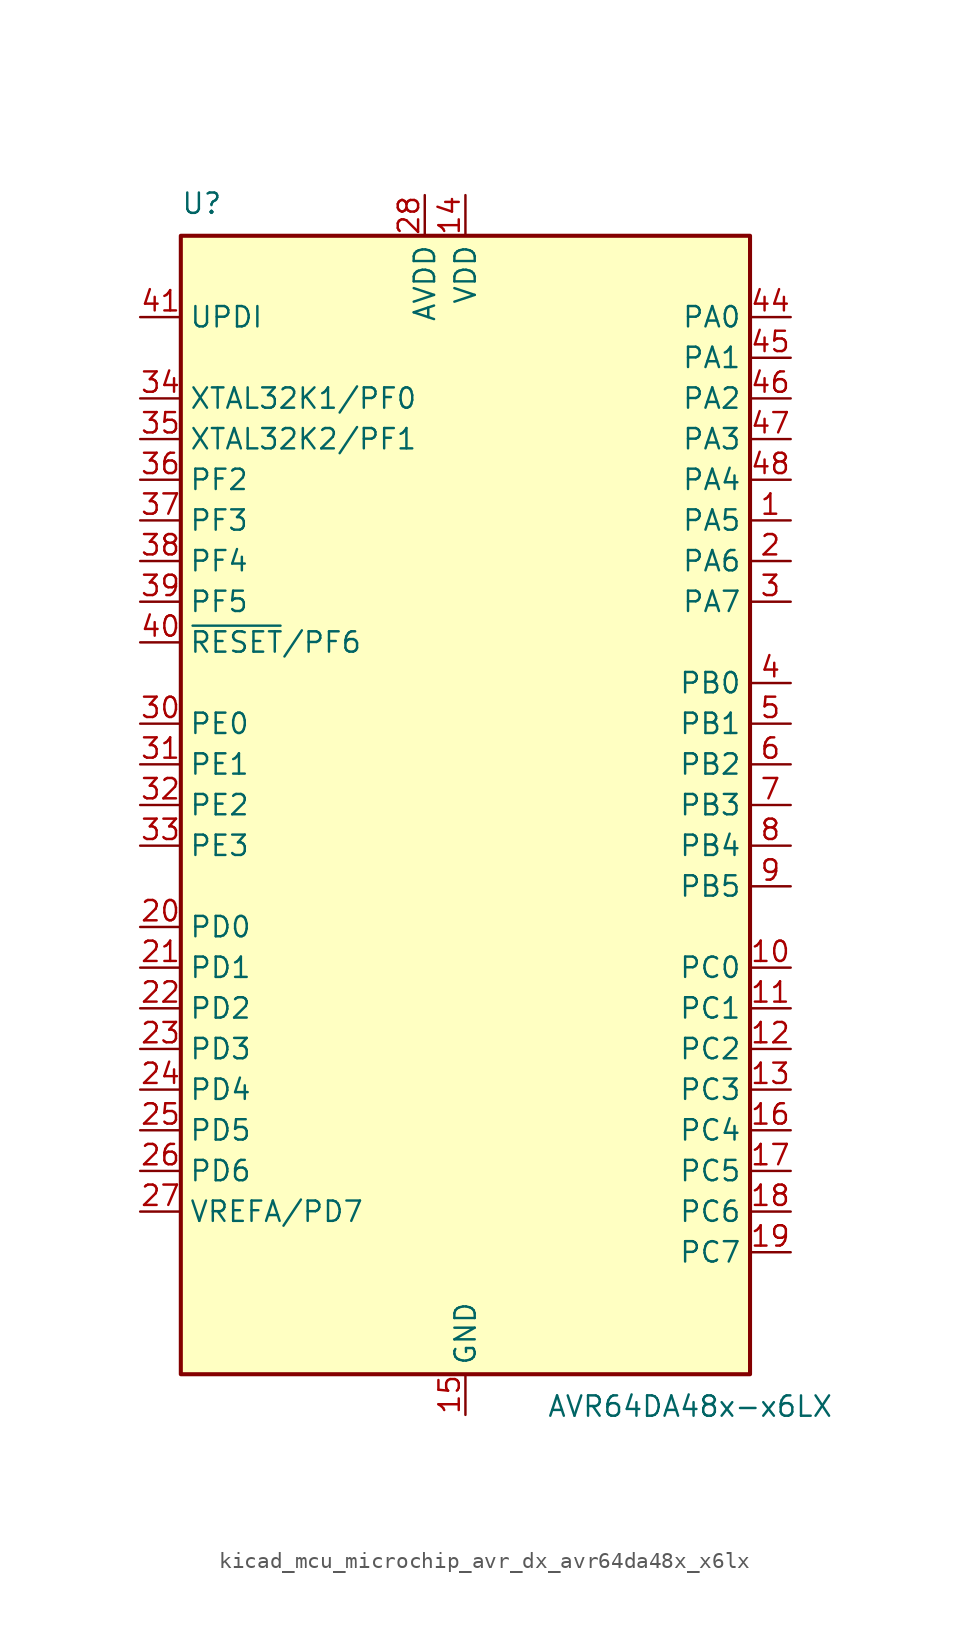
<source format=kicad_sym>
(kicad_symbol_lib
  (version 20220914)
  (generator kicad_symbol_editor)
  (symbol "kicad_mcu_microchip_avr_dx_avr64da48x_x6lx"
    (property "Reference" "U"
      (at -17.78 36.83 0)
      (effects (font (size 1.27 1.27)) (justify left bottom)))
    (property "Value" "AVR64DA48x-x6LX"
      (at 5.08 -36.83 0)
      (effects (font (size 1.27 1.27)) (justify left top)))
    (symbol "kicad_mcu_microchip_avr_dx_avr64da48x_x6lx_0_1"
      (rectangle (start -17.78 35.56) (end 17.78 -35.56) (stroke (width 0.254) (type default)) (fill (type background))))
    (symbol "kicad_mcu_microchip_avr_dx_avr64da48x_x6lx_1_1"
      (pin bidirectional line (at 20.32 17.78 180) (length 2.54) (name "PA5" (effects (font (size 1.27 1.27)))) (number "1" (effects (font (size 1.27 1.27)))))
      (pin bidirectional line (at 20.32 -10.16 180) (length 2.54) (name "PC0" (effects (font (size 1.27 1.27)))) (number "10" (effects (font (size 1.27 1.27)))))
      (pin bidirectional line (at 20.32 -12.7 180) (length 2.54) (name "PC1" (effects (font (size 1.27 1.27)))) (number "11" (effects (font (size 1.27 1.27)))))
      (pin bidirectional line (at 20.32 -15.24 180) (length 2.54) (name "PC2" (effects (font (size 1.27 1.27)))) (number "12" (effects (font (size 1.27 1.27)))))
      (pin bidirectional line (at 20.32 -17.78 180) (length 2.54) (name "PC3" (effects (font (size 1.27 1.27)))) (number "13" (effects (font (size 1.27 1.27)))))
      (pin power_in line (at 0 38.1 270) (length 2.54) (name "VDD" (effects (font (size 1.27 1.27)))) (number "14" (effects (font (size 1.27 1.27)))))
      (pin power_in line (at 0 -38.1 90) (length 2.54) (name "GND" (effects (font (size 1.27 1.27)))) (number "15" (effects (font (size 1.27 1.27)))))
      (pin bidirectional line (at 20.32 -20.32 180) (length 2.54) (name "PC4" (effects (font (size 1.27 1.27)))) (number "16" (effects (font (size 1.27 1.27)))))
      (pin bidirectional line (at 20.32 -22.86 180) (length 2.54) (name "PC5" (effects (font (size 1.27 1.27)))) (number "17" (effects (font (size 1.27 1.27)))))
      (pin bidirectional line (at 20.32 -25.4 180) (length 2.54) (name "PC6" (effects (font (size 1.27 1.27)))) (number "18" (effects (font (size 1.27 1.27)))))
      (pin bidirectional line (at 20.32 -27.94 180) (length 2.54) (name "PC7" (effects (font (size 1.27 1.27)))) (number "19" (effects (font (size 1.27 1.27)))))
      (pin bidirectional line (at 20.32 15.24 180) (length 2.54) (name "PA6" (effects (font (size 1.27 1.27)))) (number "2" (effects (font (size 1.27 1.27)))))
      (pin bidirectional line (at -20.32 -7.62 0) (length 2.54) (name "PD0" (effects (font (size 1.27 1.27)))) (number "20" (effects (font (size 1.27 1.27)))))
      (pin bidirectional line (at -20.32 -10.16 0) (length 2.54) (name "PD1" (effects (font (size 1.27 1.27)))) (number "21" (effects (font (size 1.27 1.27)))))
      (pin bidirectional line (at -20.32 -12.7 0) (length 2.54) (name "PD2" (effects (font (size 1.27 1.27)))) (number "22" (effects (font (size 1.27 1.27)))))
      (pin bidirectional line (at -20.32 -15.24 0) (length 2.54) (name "PD3" (effects (font (size 1.27 1.27)))) (number "23" (effects (font (size 1.27 1.27)))))
      (pin bidirectional line (at -20.32 -17.78 0) (length 2.54) (name "PD4" (effects (font (size 1.27 1.27)))) (number "24" (effects (font (size 1.27 1.27)))))
      (pin bidirectional line (at -20.32 -20.32 0) (length 2.54) (name "PD5" (effects (font (size 1.27 1.27)))) (number "25" (effects (font (size 1.27 1.27)))))
      (pin bidirectional line (at -20.32 -22.86 0) (length 2.54) (name "PD6" (effects (font (size 1.27 1.27)))) (number "26" (effects (font (size 1.27 1.27)))))
      (pin bidirectional line (at -20.32 -25.4 0) (length 2.54) (name "VREFA/PD7" (effects (font (size 1.27 1.27)))) (number "27" (effects (font (size 1.27 1.27)))))
      (pin power_in line (at -2.54 38.1 270) (length 2.54) (name "AVDD" (effects (font (size 1.27 1.27)))) (number "28" (effects (font (size 1.27 1.27)))))
      (pin passive line (at 0 -38.1 90) (length 2.54) hide (name "GND" (effects (font (size 1.27 1.27)))) (number "29" (effects (font (size 1.27 1.27)))))
      (pin bidirectional line (at 20.32 12.7 180) (length 2.54) (name "PA7" (effects (font (size 1.27 1.27)))) (number "3" (effects (font (size 1.27 1.27)))))
      (pin bidirectional line (at -20.32 5.08 0) (length 2.54) (name "PE0" (effects (font (size 1.27 1.27)))) (number "30" (effects (font (size 1.27 1.27)))))
      (pin bidirectional line (at -20.32 2.54 0) (length 2.54) (name "PE1" (effects (font (size 1.27 1.27)))) (number "31" (effects (font (size 1.27 1.27)))))
      (pin bidirectional line (at -20.32 0 0) (length 2.54) (name "PE2" (effects (font (size 1.27 1.27)))) (number "32" (effects (font (size 1.27 1.27)))))
      (pin bidirectional line (at -20.32 -2.54 0) (length 2.54) (name "PE3" (effects (font (size 1.27 1.27)))) (number "33" (effects (font (size 1.27 1.27)))))
      (pin bidirectional line (at -20.32 25.4 0) (length 2.54) (name "XTAL32K1/PF0" (effects (font (size 1.27 1.27)))) (number "34" (effects (font (size 1.27 1.27)))))
      (pin bidirectional line (at -20.32 22.86 0) (length 2.54) (name "XTAL32K2/PF1" (effects (font (size 1.27 1.27)))) (number "35" (effects (font (size 1.27 1.27)))))
      (pin bidirectional line (at -20.32 20.32 0) (length 2.54) (name "PF2" (effects (font (size 1.27 1.27)))) (number "36" (effects (font (size 1.27 1.27)))))
      (pin bidirectional line (at -20.32 17.78 0) (length 2.54) (name "PF3" (effects (font (size 1.27 1.27)))) (number "37" (effects (font (size 1.27 1.27)))))
      (pin bidirectional line (at -20.32 15.24 0) (length 2.54) (name "PF4" (effects (font (size 1.27 1.27)))) (number "38" (effects (font (size 1.27 1.27)))))
      (pin bidirectional line (at -20.32 12.7 0) (length 2.54) (name "PF5" (effects (font (size 1.27 1.27)))) (number "39" (effects (font (size 1.27 1.27)))))
      (pin bidirectional line (at 20.32 7.62 180) (length 2.54) (name "PB0" (effects (font (size 1.27 1.27)))) (number "4" (effects (font (size 1.27 1.27)))))
      (pin bidirectional line (at -20.32 10.16 0) (length 2.54) (name "~{RESET}/PF6" (effects (font (size 1.27 1.27)))) (number "40" (effects (font (size 1.27 1.27)))))
      (pin input line (at -20.32 30.48 0) (length 2.54) (name "UPDI" (effects (font (size 1.27 1.27)))) (number "41" (effects (font (size 1.27 1.27)))))
      (pin passive line (at 0 38.1 270) (length 2.54) hide (name "VDD" (effects (font (size 1.27 1.27)))) (number "42" (effects (font (size 1.27 1.27)))))
      (pin passive line (at 0 -38.1 90) (length 2.54) hide (name "GND" (effects (font (size 1.27 1.27)))) (number "43" (effects (font (size 1.27 1.27)))))
      (pin bidirectional line (at 20.32 30.48 180) (length 2.54) (name "PA0" (effects (font (size 1.27 1.27)))) (number "44" (effects (font (size 1.27 1.27)))))
      (pin bidirectional line (at 20.32 27.94 180) (length 2.54) (name "PA1" (effects (font (size 1.27 1.27)))) (number "45" (effects (font (size 1.27 1.27)))))
      (pin bidirectional line (at 20.32 25.4 180) (length 2.54) (name "PA2" (effects (font (size 1.27 1.27)))) (number "46" (effects (font (size 1.27 1.27)))))
      (pin bidirectional line (at 20.32 22.86 180) (length 2.54) (name "PA3" (effects (font (size 1.27 1.27)))) (number "47" (effects (font (size 1.27 1.27)))))
      (pin bidirectional line (at 20.32 20.32 180) (length 2.54) (name "PA4" (effects (font (size 1.27 1.27)))) (number "48" (effects (font (size 1.27 1.27)))))
      (pin passive line (at 0 -38.1 90) (length 2.54) hide (name "GND" (effects (font (size 1.27 1.27)))) (number "49" (effects (font (size 1.27 1.27)))))
      (pin bidirectional line (at 20.32 5.08 180) (length 2.54) (name "PB1" (effects (font (size 1.27 1.27)))) (number "5" (effects (font (size 1.27 1.27)))))
      (pin bidirectional line (at 20.32 2.54 180) (length 2.54) (name "PB2" (effects (font (size 1.27 1.27)))) (number "6" (effects (font (size 1.27 1.27)))))
      (pin bidirectional line (at 20.32 0 180) (length 2.54) (name "PB3" (effects (font (size 1.27 1.27)))) (number "7" (effects (font (size 1.27 1.27)))))
      (pin bidirectional line (at 20.32 -2.54 180) (length 2.54) (name "PB4" (effects (font (size 1.27 1.27)))) (number "8" (effects (font (size 1.27 1.27)))))
      (pin bidirectional line (at 20.32 -5.08 180) (length 2.54) (name "PB5" (effects (font (size 1.27 1.27)))) (number "9" (effects (font (size 1.27 1.27))))))))
</source>
